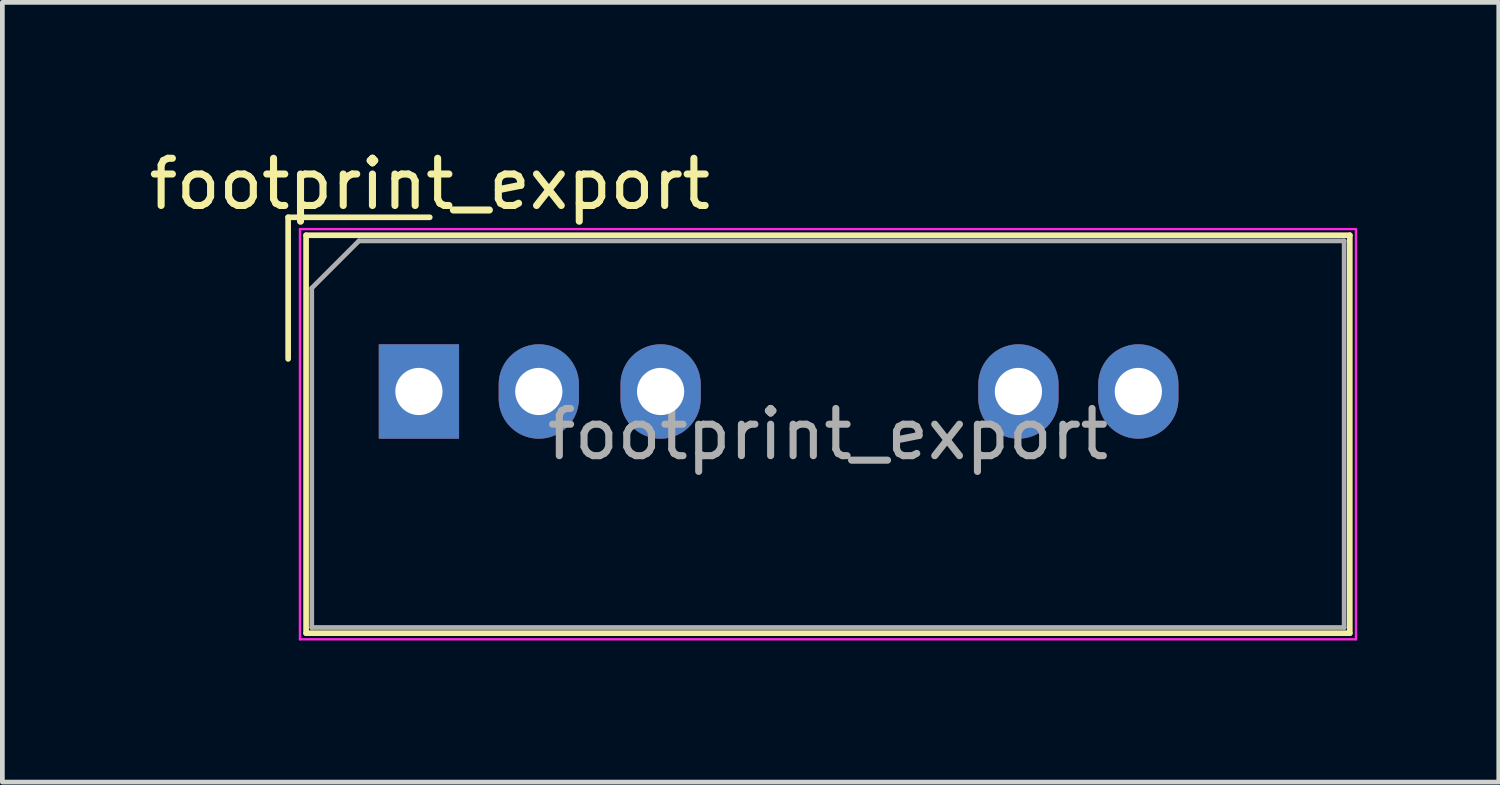
<source format=kicad_pcb>
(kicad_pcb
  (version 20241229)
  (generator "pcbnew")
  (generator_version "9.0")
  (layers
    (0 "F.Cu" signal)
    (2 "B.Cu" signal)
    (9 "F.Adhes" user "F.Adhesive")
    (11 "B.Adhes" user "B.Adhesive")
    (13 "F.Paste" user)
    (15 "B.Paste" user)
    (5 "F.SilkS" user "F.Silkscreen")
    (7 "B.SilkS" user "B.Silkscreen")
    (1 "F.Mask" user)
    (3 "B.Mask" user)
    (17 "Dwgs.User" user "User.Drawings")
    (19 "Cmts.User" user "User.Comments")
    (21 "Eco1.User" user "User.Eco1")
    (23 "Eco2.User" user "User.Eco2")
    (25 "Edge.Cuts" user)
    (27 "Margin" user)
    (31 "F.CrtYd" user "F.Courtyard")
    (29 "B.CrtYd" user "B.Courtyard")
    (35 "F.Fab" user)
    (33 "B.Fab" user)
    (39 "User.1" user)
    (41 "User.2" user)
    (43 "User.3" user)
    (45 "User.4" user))
  (footprint "footprint_export"
    (layer "F.Cu")
    (at 5.824 5.243)
    (property "Reference" "footprint_export" (at 0.23 -4.395 0) (layer "F.SilkS") (effects (font (size 1 1) (thickness 0.15))))
    (attr through_hole)
    (fp_line (start -2.77 -3.69) (end 0.23 -3.69) (stroke (width 0.12) (type solid)) (layer "F.SilkS"))
    (fp_line (start -2.77 -0.69) (end -2.77 -3.69) (stroke (width 0.12) (type solid)) (layer "F.SilkS"))
    (fp_line (start -2.39 -3.31) (end -2.39 5.12) (stroke (width 0.12) (type solid)) (layer "F.SilkS"))
    (fp_line (start -2.39 -3.31) (end 19.72 -3.31) (stroke (width 0.12) (type solid)) (layer "F.SilkS"))
    (fp_line (start -2.39 5.12) (end 19.72 5.12) (stroke (width 0.12) (type solid)) (layer "F.SilkS"))
    (fp_line (start 19.72 -3.31) (end 19.72 5.12) (stroke (width 0.12) (type solid)) (layer "F.SilkS"))
    (fp_line (start -2.52 -3.44) (end -2.52 5.25) (stroke (width 0.05) (type solid)) (layer "F.CrtYd"))
    (fp_line (start -2.52 -3.44) (end 19.85 -3.44) (stroke (width 0.05) (type solid)) (layer "F.CrtYd"))
    (fp_line (start -2.52 5.25) (end 19.85 5.25) (stroke (width 0.05) (type solid)) (layer "F.CrtYd"))
    (fp_line (start 19.85 -3.44) (end 19.85 5.25) (stroke (width 0.05) (type solid)) (layer "F.CrtYd"))
    (fp_line (start -2.27 -2.19) (end -1.27 -3.19) (stroke (width 0.1) (type solid)) (layer "F.Fab"))
    (fp_line (start -2.27 5) (end -2.27 -2.19) (stroke (width 0.1) (type solid)) (layer "F.Fab"))
    (fp_line (start -1.27 -3.19) (end 19.6 -3.19) (stroke (width 0.1) (type solid)) (layer "F.Fab"))
    (fp_line (start 19.6 -3.19) (end 19.6 5) (stroke (width 0.1) (type solid)) (layer "F.Fab"))
    (fp_line (start 19.6 5) (end -2.27 5) (stroke (width 0.1) (type solid)) (layer "F.Fab"))
    (fp_text user "" (at -3 0 0) (layer "F.SilkS") (effects (font (size 1 1) (thickness 0.15))))
    (fp_text user "${REFERENCE}" (at 8.665 0.905 0) (layer "F.Fab") (effects (font (size 1 1) (thickness 0.15))))
    (pad "1" thru_hole rect (at 0 0) (size 1.7 2) (drill 1) (layers "*.Cu" "*.Mask"))
    (pad "2" thru_hole oval (at 2.54 0) (size 1.7 2) (drill 1) (layers "*.Cu" "*.Mask"))
    (pad "3" thru_hole oval (at 5.12 0) (size 1.7 2) (drill 1) (layers "*.Cu" "*.Mask"))
    (pad "6" thru_hole oval (at 12.7 0) (size 1.7 2) (drill 1) (layers "*.Cu" "*.Mask"))
    (pad "7" thru_hole oval (at 15.24 0) (size 1.7 2) (drill 1) (layers "*.Cu" "*.Mask")))
  (gr_rect
    (start -3 -3)
    (end 28.699 13.518)
    (stroke (width 0.1) (type default))
    (fill no)
    (layer "Edge.Cuts")))
</source>
